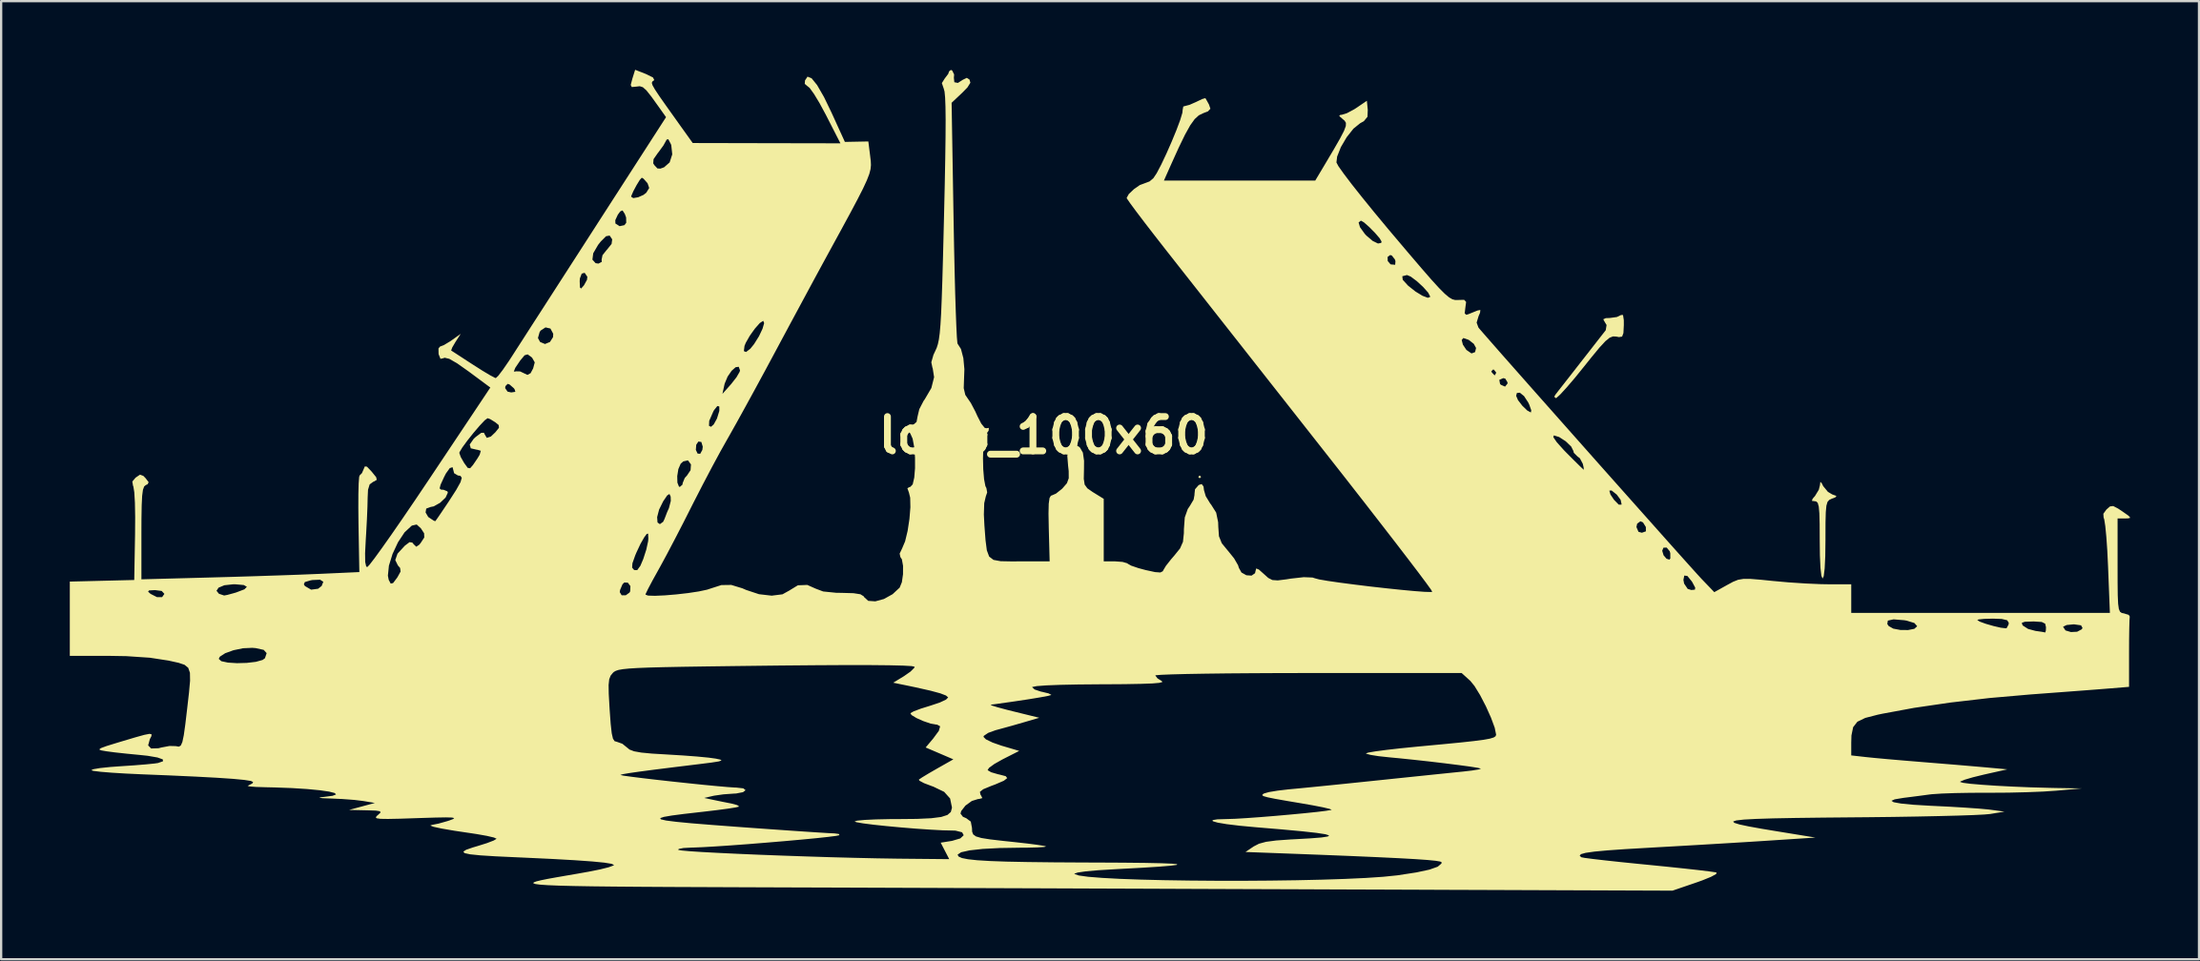
<source format=kicad_pcb>
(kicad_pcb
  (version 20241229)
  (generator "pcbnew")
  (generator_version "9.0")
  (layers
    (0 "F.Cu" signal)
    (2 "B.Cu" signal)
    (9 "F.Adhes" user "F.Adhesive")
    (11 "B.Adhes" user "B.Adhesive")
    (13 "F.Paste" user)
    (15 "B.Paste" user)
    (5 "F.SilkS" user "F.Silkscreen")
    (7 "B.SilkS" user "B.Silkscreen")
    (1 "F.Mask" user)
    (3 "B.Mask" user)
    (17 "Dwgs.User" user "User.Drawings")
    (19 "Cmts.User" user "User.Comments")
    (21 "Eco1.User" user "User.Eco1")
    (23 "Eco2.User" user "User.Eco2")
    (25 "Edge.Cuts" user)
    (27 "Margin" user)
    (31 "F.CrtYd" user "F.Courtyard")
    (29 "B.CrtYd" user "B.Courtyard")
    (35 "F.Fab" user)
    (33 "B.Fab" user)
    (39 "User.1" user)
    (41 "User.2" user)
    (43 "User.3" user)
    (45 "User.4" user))
  (footprint "logo_100x60"
    (layer "F.Cu")
    (at 42.542 15.976)
    (property "Reference" "logo_100x60" (at 0 0 0) (layer "F.SilkS") (effects (font (size 1.5 1.5) (thickness 0.3))))
    (attr board_only exclude_from_pos_files exclude_from_bom)
    (fp_poly (pts (xy 6.882 1.814) (xy 6.819 1.877) (xy 6.757 1.814) (xy 6.819 1.752)) (stroke (width 0) (type solid)) (fill yes) (layer "F.SilkS"))
    (fp_poly (pts (xy 33.997 2.092) (xy 34.06 2.218) (xy 34.269 2.471) (xy 34.456 2.58) (xy 34.638 2.648) (xy 34.594 2.706) (xy 34.438 2.766) (xy 34.326 2.819) (xy 34.249 2.906) (xy 34.2 3.071) (xy 34.173 3.354) (xy 34.161 3.798) (xy 34.159 4.443) (xy 34.159 4.563) (xy 34.15 5.278) (xy 34.124 5.814) (xy 34.084 6.148) (xy 34.033 6.256) (xy 33.981 6.135) (xy 33.941 5.789) (xy 33.916 5.242) (xy 33.908 4.567) (xy 33.905 3.882) (xy 33.893 3.41) (xy 33.866 3.111) (xy 33.82 2.949) (xy 33.752 2.885) (xy 33.701 2.878) (xy 33.564 2.86) (xy 33.601 2.764) (xy 33.701 2.649) (xy 33.869 2.373) (xy 33.917 2.18) (xy 33.935 2.029)) (stroke (width 0) (type solid)) (fill yes) (layer "F.SilkS"))
    (fp_poly (pts (xy 25.349 -5.038) (xy 25.35 -4.82) (xy 25.332 -4.473) (xy 25.275 -4.318) (xy 25.139 -4.295) (xy 25.021 -4.318) (xy 24.88 -4.326) (xy 24.731 -4.269) (xy 24.545 -4.117) (xy 24.291 -3.843) (xy 23.939 -3.417) (xy 23.611 -3.007) (xy 23.208 -2.509) (xy 22.851 -2.092) (xy 22.573 -1.789) (xy 22.405 -1.638) (xy 22.379 -1.627) (xy 22.309 -1.691) (xy 22.363 -1.783) (xy 22.483 -1.938) (xy 22.724 -2.246) (xy 23.051 -2.664) (xy 23.43 -3.149) (xy 23.462 -3.191) (xy 23.844 -3.679) (xy 24.176 -4.105) (xy 24.425 -4.424) (xy 24.556 -4.592) (xy 24.56 -4.598) (xy 24.596 -4.823) (xy 24.524 -4.942) (xy 24.451 -5.074) (xy 24.563 -5.124) (xy 24.734 -5.13) (xy 25.044 -5.172) (xy 25.231 -5.261) (xy 25.314 -5.262)) (stroke (width 0) (type solid)) (fill yes) (layer "F.SilkS"))
    (fp_poly (pts (xy -17.363 -15.788) (xy -17.064 -15.64) (xy -17.009 -15.528) (xy -17.04 -15.501) (xy -17.095 -15.46) (xy -17.115 -15.401) (xy -17.082 -15.296) (xy -16.978 -15.114) (xy -16.788 -14.827) (xy -16.492 -14.406) (xy -16.075 -13.821) (xy -15.883 -13.551) (xy -15.328 -12.776) (xy -12.102 -12.769) (xy -8.876 -12.763) (xy -9.515 -14.014) (xy -9.785 -14.515) (xy -10.03 -14.92) (xy -10.221 -15.185) (xy -10.321 -15.265) (xy -10.434 -15.36) (xy -10.422 -15.513) (xy -10.313 -15.677) (xy -10.135 -15.606) (xy -9.893 -15.306) (xy -9.591 -14.781) (xy -9.271 -14.119) (xy -8.681 -12.825) (xy -8.169 -12.835) (xy -7.656 -12.845) (xy -7.573 -12.182) (xy -7.55 -11.988) (xy -7.542 -11.813) (xy -7.56 -11.633) (xy -7.615 -11.42) (xy -7.72 -11.149) (xy -7.884 -10.794) (xy -8.12 -10.33) (xy -8.439 -9.729) (xy -8.852 -8.967) (xy -9.371 -8.017) (xy -9.512 -7.758) (xy -9.783 -7.261) (xy -10.143 -6.595) (xy -10.565 -5.811) (xy -11.022 -4.963) (xy -11.485 -4.1) (xy -11.704 -3.691) (xy -12.153 -2.855) (xy -12.605 -2.021) (xy -13.033 -1.239) (xy -13.41 -0.556) (xy -13.711 -0.02) (xy -13.829 0.188) (xy -14.126 0.716) (xy -14.492 1.394) (xy -14.887 2.145) (xy -15.271 2.893) (xy -15.39 3.128) (xy -15.75 3.839) (xy -16.122 4.559) (xy -16.47 5.22) (xy -16.758 5.752) (xy -16.845 5.908) (xy -17.089 6.348) (xy -17.277 6.704) (xy -17.381 6.921) (xy -17.392 6.959) (xy -17.278 7.001) (xy -16.976 7.01) (xy -16.545 6.991) (xy -16.042 6.949) (xy -15.528 6.89) (xy -15.061 6.819) (xy -14.7 6.742) (xy -14.566 6.698) (xy -14.077 6.541) (xy -13.643 6.535) (xy -13.155 6.684) (xy -12.995 6.754) (xy -12.433 6.94) (xy -11.88 7.004) (xy -11.407 6.945) (xy -11.081 6.764) (xy -11.073 6.757) (xy -10.735 6.551) (xy -10.323 6.535) (xy -9.955 6.698) (xy -9.629 6.821) (xy -9.065 6.878) (xy -8.811 6.882) (xy -8.305 6.896) (xy -8.002 6.943) (xy -7.857 7.033) (xy -7.838 7.069) (xy -7.66 7.231) (xy -7.351 7.252) (xy -6.976 7.15) (xy -6.597 6.94) (xy -6.287 6.652) (xy -6.191 6.415) (xy -6.141 6.065) (xy -6.14 5.699) (xy -6.191 5.415) (xy -6.255 5.319) (xy -6.288 5.166) (xy -6.181 4.94) (xy -6.05 4.631) (xy -5.94 4.174) (xy -5.86 3.65) (xy -5.819 3.14) (xy -5.828 2.722) (xy -5.882 2.501) (xy -5.95 2.309) (xy -5.849 2.253) (xy -5.823 2.252) (xy -5.718 2.139) (xy -5.65 1.844) (xy -5.616 1.431) (xy -5.617 0.967) (xy -5.652 0.515) (xy -5.722 0.142) (xy -5.825 -0.087) (xy -5.833 -0.095) (xy -5.962 -0.257) (xy -5.88 -0.35) (xy -5.77 -0.395) (xy -5.55 -0.588) (xy -5.505 -0.829) (xy -5.43 -1.145) (xy -5.244 -1.504) (xy -5.191 -1.578) (xy -4.903 -2.07) (xy -4.783 -2.544) (xy -4.845 -2.937) (xy -4.856 -2.958) (xy -4.905 -3.195) (xy -4.812 -3.519) (xy -4.731 -3.692) (xy -4.669 -3.828) (xy -4.618 -3.987) (xy -4.574 -4.192) (xy -4.537 -4.468) (xy -4.505 -4.838) (xy -4.476 -5.328) (xy -4.45 -5.96) (xy -4.423 -6.76) (xy -4.395 -7.751) (xy -4.365 -8.958) (xy -4.35 -9.561) (xy -4.318 -10.951) (xy -4.296 -12.109) (xy -4.283 -13.052) (xy -4.279 -13.797) (xy -4.286 -14.363) (xy -4.302 -14.767) (xy -4.327 -15.026) (xy -4.363 -15.159) (xy -4.366 -15.165) (xy -4.444 -15.395) (xy -4.321 -15.592) (xy -4.165 -15.799) (xy -4.129 -15.907) (xy -4.051 -15.97) (xy -3.993 -15.946) (xy -3.908 -15.772) (xy -3.919 -15.626) (xy -3.899 -15.433) (xy -3.744 -15.402) (xy -3.528 -15.54) (xy -3.353 -15.624) (xy -3.236 -15.548) (xy -3.198 -15.411) (xy -3.328 -15.203) (xy -3.556 -14.97) (xy -4.018 -14.534) (xy -3.93 -9.3) (xy -3.909 -8.18) (xy -3.886 -7.14) (xy -3.862 -6.204) (xy -3.836 -5.4) (xy -3.811 -4.755) (xy -3.788 -4.293) (xy -3.766 -4.042) (xy -3.756 -4.004) (xy -3.609 -3.775) (xy -3.505 -3.377) (xy -3.46 -2.89) (xy -3.473 -2.526) (xy -3.489 -2.064) (xy -3.42 -1.771) (xy -3.341 -1.654) (xy -3.178 -1.415) (xy -2.984 -1.048) (xy -2.888 -0.837) (xy -2.722 -0.514) (xy -2.573 -0.33) (xy -2.503 -0.312) (xy -2.391 -0.327) (xy -2.401 -0.206) (xy -2.527 -0.026) (xy -2.529 -0.023) (xy -2.595 0.168) (xy -2.634 0.533) (xy -2.647 0.996) (xy -2.636 1.48) (xy -2.6 1.912) (xy -2.542 2.216) (xy -2.498 2.303) (xy -2.464 2.493) (xy -2.525 2.67) (xy -2.593 2.962) (xy -2.609 3.458) (xy -2.585 3.934) (xy -2.536 4.583) (xy -2.479 5.023) (xy -2.377 5.296) (xy -2.188 5.441) (xy -1.874 5.498) (xy -1.396 5.507) (xy -1.041 5.505) (xy 0.265 5.505) (xy 0.227 4.066) (xy 0.215 3.418) (xy 0.225 2.986) (xy 0.26 2.736) (xy 0.321 2.634) (xy 0.35 2.627) (xy 0.54 2.545) (xy 0.795 2.344) (xy 0.832 2.307) (xy 1.019 2.091) (xy 1.099 1.874) (xy 1.097 1.559) (xy 1.071 1.327) (xy 1.037 0.904) (xy 1.075 0.651) (xy 1.189 0.501) (xy 1.376 0.402) (xy 1.554 0.501) (xy 1.592 0.538) (xy 1.717 0.753) (xy 1.768 1.107) (xy 1.765 1.481) (xy 1.756 1.899) (xy 1.794 2.149) (xy 1.912 2.313) (xy 2.145 2.475) (xy 2.181 2.497) (xy 2.628 2.773) (xy 2.628 4.139) (xy 2.628 5.505) (xy 3.121 5.505) (xy 3.45 5.529) (xy 3.656 5.589) (xy 3.678 5.609) (xy 3.826 5.692) (xy 4.142 5.8) (xy 4.459 5.885) (xy 4.871 5.974) (xy 5.102 5.991) (xy 5.209 5.936) (xy 5.232 5.889) (xy 5.344 5.702) (xy 5.568 5.417) (xy 5.709 5.254) (xy 5.963 4.939) (xy 6.089 4.652) (xy 6.129 4.276) (xy 6.131 4.099) (xy 6.169 3.584) (xy 6.298 3.22) (xy 6.393 3.079) (xy 6.555 2.806) (xy 6.595 2.589) (xy 6.591 2.577) (xy 6.616 2.354) (xy 6.779 2.168) (xy 6.907 2.127) (xy 6.987 2.233) (xy 7.007 2.391) (xy 7.085 2.657) (xy 7.277 2.972) (xy 7.32 3.026) (xy 7.54 3.375) (xy 7.626 3.793) (xy 7.633 3.996) (xy 7.662 4.407) (xy 7.785 4.713) (xy 8.054 5.042) (xy 8.062 5.05) (xy 8.323 5.374) (xy 8.497 5.676) (xy 8.531 5.787) (xy 8.645 5.992) (xy 8.859 6.112) (xy 9.086 6.128) (xy 9.238 6.023) (xy 9.259 5.928) (xy 9.289 5.816) (xy 9.406 5.863) (xy 9.616 6.05) (xy 9.817 6.23) (xy 9.996 6.321) (xy 10.231 6.337) (xy 10.603 6.291) (xy 10.803 6.259) (xy 11.367 6.196) (xy 11.748 6.211) (xy 11.854 6.245) (xy 12.037 6.294) (xy 12.415 6.359) (xy 12.94 6.435) (xy 13.568 6.517) (xy 14.252 6.601) (xy 14.946 6.679) (xy 15.606 6.748) (xy 16.184 6.802) (xy 16.635 6.836) (xy 16.914 6.844) (xy 16.981 6.834) (xy 16.917 6.727) (xy 16.71 6.441) (xy 16.616 6.315) (xy 27.953 6.315) (xy 27.984 6.477) (xy 28.14 6.708) (xy 28.299 6.757) (xy 28.454 6.742) (xy 28.469 6.655) (xy 28.349 6.43) (xy 28.321 6.383) (xy 28.127 6.144) (xy 27.991 6.125) (xy 27.953 6.315) (xy 16.616 6.315) (xy 16.374 5.991) (xy 15.92 5.395) (xy 15.649 5.042) (xy 27.027 5.042) (xy 27.086 5.239) (xy 27.216 5.391) (xy 27.342 5.429) (xy 27.381 5.381) (xy 27.38 5.152) (xy 27.355 5.063) (xy 27.223 4.904) (xy 27.08 4.907) (xy 27.027 5.042) (xy 15.649 5.042) (xy 15.363 4.669) (xy 14.848 4.004) (xy 25.9 4.004) (xy 25.99 4.214) (xy 26.139 4.254) (xy 26.314 4.193) (xy 26.312 4.004) (xy 26.186 3.801) (xy 26.074 3.754) (xy 25.933 3.858) (xy 25.9 4.004) (xy 14.848 4.004) (xy 14.713 3.83) (xy 13.986 2.893) (xy 13.612 2.415) (xy 24.716 2.415) (xy 24.767 2.585) (xy 24.922 2.816) (xy 25.128 3.026) (xy 25.244 3.028) (xy 25.252 3.01) (xy 25.21 2.816) (xy 25.043 2.59) (xy 24.814 2.407) (xy 24.716 2.415) (xy 13.612 2.415) (xy 13.192 1.876) (xy 12.344 0.796) (xy 12.057 0.431) (xy 11.78 0.079) (xy 22.271 0.079) (xy 22.422 0.3) (xy 22.728 0.641) (xy 22.835 0.751) (xy 23.175 1.092) (xy 23.439 1.352) (xy 23.585 1.49) (xy 23.601 1.501) (xy 23.593 1.399) (xy 23.557 1.241) (xy 23.429 1) (xy 23.318 0.914) (xy 23.163 0.758) (xy 23.148 0.684) (xy 23.049 0.486) (xy 22.811 0.258) (xy 22.525 0.072) (xy 22.29 0) (xy 22.271 0.079) (xy 11.78 0.079) (xy 11.132 -0.745) (xy 10.358 -1.729) (xy 20.645 -1.729) (xy 20.726 -1.541) (xy 20.915 -1.296) (xy 21.132 -1.086) (xy 21.29 -1.001) (xy 21.305 -1.098) (xy 21.219 -1.341) (xy 21.174 -1.436) (xy 20.99 -1.717) (xy 20.808 -1.865) (xy 20.678 -1.853) (xy 20.645 -1.729) (xy 10.358 -1.729) (xy 10.206 -1.922) (xy 9.809 -2.426) (xy 19.91 -2.426) (xy 19.941 -2.253) (xy 19.978 -2.211) (xy 20.161 -2.131) (xy 20.266 -2.261) (xy 20.27 -2.315) (xy 20.17 -2.481) (xy 20.082 -2.502) (xy 19.91 -2.426) (xy 9.809 -2.426) (xy 9.515 -2.801) (xy 19.562 -2.801) (xy 19.582 -2.753) (xy 19.694 -2.633) (xy 19.714 -2.628) (xy 19.768 -2.724) (xy 19.769 -2.753) (xy 19.673 -2.873) (xy 19.637 -2.878) (xy 19.562 -2.801) (xy 9.515 -2.801) (xy 9.298 -3.076) (xy 8.44 -4.168) (xy 18.266 -4.168) (xy 18.319 -3.965) (xy 18.472 -3.735) (xy 18.695 -3.581) (xy 18.851 -3.639) (xy 18.894 -3.819) (xy 18.795 -4) (xy 18.573 -4.174) (xy 18.342 -4.254) (xy 18.339 -4.254) (xy 18.266 -4.168) (xy 8.44 -4.168) (xy 8.429 -4.181) (xy 7.617 -5.213) (xy 6.883 -6.147) (xy 6.247 -6.955) (xy 15.672 -6.955) (xy 15.691 -6.799) (xy 15.922 -6.545) (xy 16.247 -6.287) (xy 16.554 -6.1) (xy 16.788 -6.012) (xy 16.891 -6.053) (xy 16.892 -6.064) (xy 16.802 -6.238) (xy 16.58 -6.488) (xy 16.301 -6.744) (xy 16.038 -6.94) (xy 15.878 -7.007) (xy 15.672 -6.955) (xy 6.247 -6.955) (xy 6.245 -6.958) (xy 5.723 -7.621) (xy 5.586 -7.796) (xy 15.029 -7.796) (xy 15.035 -7.62) (xy 15.154 -7.48) (xy 15.171 -7.472) (xy 15.36 -7.455) (xy 15.373 -7.612) (xy 15.347 -7.69) (xy 15.215 -7.859) (xy 15.144 -7.883) (xy 15.029 -7.796) (xy 5.586 -7.796) (xy 5.349 -8.097) (xy 4.851 -8.735) (xy 4.411 -9.305) (xy 13.763 -9.305) (xy 13.823 -9.098) (xy 14.028 -8.813) (xy 14.1 -8.734) (xy 14.374 -8.5) (xy 14.609 -8.385) (xy 14.749 -8.411) (xy 14.765 -8.471) (xy 14.681 -8.615) (xy 14.479 -8.85) (xy 14.228 -9.104) (xy 13.999 -9.306) (xy 13.864 -9.384) (xy 13.763 -9.305) (xy 4.411 -9.305) (xy 4.409 -9.308) (xy 4.046 -9.786) (xy 3.784 -10.141) (xy 3.645 -10.343) (xy 3.629 -10.376) (xy 3.723 -10.546) (xy 3.946 -10.759) (xy 4.204 -10.939) (xy 4.399 -11.011) (xy 4.628 -11.097) (xy 4.795 -11.237) (xy 4.942 -11.458) (xy 5.14 -11.835) (xy 5.365 -12.311) (xy 5.594 -12.831) (xy 5.803 -13.339) (xy 5.968 -13.78) (xy 6.064 -14.098) (xy 6.076 -14.227) (xy 6.104 -14.372) (xy 6.166 -14.39) (xy 6.377 -14.445) (xy 6.675 -14.576) (xy 6.681 -14.58) (xy 6.935 -14.7) (xy 7.067 -14.737) (xy 7.07 -14.735) (xy 7.142 -14.612) (xy 7.228 -14.455) (xy 7.288 -14.274) (xy 7.181 -14.159) (xy 6.972 -14.079) (xy 6.783 -13.987) (xy 6.601 -13.821) (xy 6.405 -13.548) (xy 6.177 -13.137) (xy 5.895 -12.556) (xy 5.55 -11.793) (xy 5.258 -11.136) (xy 8.563 -11.136) (xy 11.869 -11.136) (xy 12.298 -11.855) (xy 12.684 -12.507) (xy 12.955 -12.979) (xy 13.124 -13.305) (xy 13.204 -13.519) (xy 13.209 -13.657) (xy 13.151 -13.752) (xy 13.067 -13.823) (xy 12.914 -13.959) (xy 12.964 -14.006) (xy 13.027 -14.01) (xy 13.251 -14.079) (xy 13.568 -14.248) (xy 13.676 -14.318) (xy 14.124 -14.622) (xy 14.163 -14.224) (xy 14.151 -13.923) (xy 13.995 -13.734) (xy 13.826 -13.637) (xy 13.538 -13.404) (xy 13.242 -13.03) (xy 12.987 -12.596) (xy 12.825 -12.185) (xy 12.794 -11.927) (xy 12.88 -11.765) (xy 13.11 -11.44) (xy 13.461 -10.977) (xy 13.916 -10.403) (xy 14.452 -9.743) (xy 15.05 -9.023) (xy 15.265 -8.768) (xy 15.959 -7.948) (xy 16.513 -7.3) (xy 16.945 -6.804) (xy 17.276 -6.441) (xy 17.525 -6.191) (xy 17.713 -6.033) (xy 17.858 -5.948) (xy 17.981 -5.916) (xy 18.101 -5.917) (xy 18.103 -5.917) (xy 18.373 -5.924) (xy 18.46 -5.832) (xy 18.427 -5.583) (xy 18.397 -5.333) (xy 18.467 -5.269) (xy 18.561 -5.297) (xy 18.858 -5.417) (xy 18.96 -5.458) (xy 19.081 -5.481) (xy 19.069 -5.363) (xy 19.003 -5.208) (xy 18.919 -4.928) (xy 18.997 -4.715) (xy 19.04 -4.661) (xy 19.244 -4.426) (xy 19.589 -4.032) (xy 20.055 -3.501) (xy 20.625 -2.856) (xy 21.278 -2.117) (xy 21.997 -1.305) (xy 22.761 -0.443) (xy 23.552 0.449) (xy 24.35 1.349) (xy 25.138 2.235) (xy 25.895 3.086) (xy 26.603 3.881) (xy 27.242 4.599) (xy 27.794 5.217) (xy 28.24 5.714) (xy 28.56 6.069) (xy 28.736 6.261) (xy 28.746 6.272) (xy 29.302 6.851) (xy 29.872 6.533) (xy 30.126 6.396) (xy 30.341 6.31) (xy 30.575 6.271) (xy 30.891 6.272) (xy 31.347 6.309) (xy 31.845 6.36) (xy 32.548 6.423) (xy 33.29 6.472) (xy 33.958 6.501) (xy 34.266 6.506) (xy 35.285 6.506) (xy 35.285 7.132) (xy 35.285 7.758) (xy 40.935 7.758) (xy 46.585 7.758) (xy 46.505 5.733) (xy 46.472 5.042) (xy 46.43 4.438) (xy 46.384 3.966) (xy 46.338 3.67) (xy 46.311 3.593) (xy 46.299 3.425) (xy 46.431 3.243) (xy 46.588 3.105) (xy 46.73 3.087) (xy 46.942 3.197) (xy 47.124 3.318) (xy 47.397 3.509) (xy 47.478 3.6) (xy 47.382 3.627) (xy 47.251 3.629) (xy 46.921 3.629) (xy 46.921 5.684) (xy 46.922 6.444) (xy 46.928 6.99) (xy 46.945 7.358) (xy 46.976 7.584) (xy 47.027 7.706) (xy 47.103 7.76) (xy 47.203 7.78) (xy 47.409 7.846) (xy 47.453 7.914) (xy 47.441 8.069) (xy 47.431 8.422) (xy 47.424 8.92) (xy 47.422 9.499) (xy 47.422 10.989) (xy 46.515 11.063) (xy 46.099 11.096) (xy 45.492 11.143) (xy 44.751 11.199) (xy 43.933 11.26) (xy 43.105 11.322) (xy 41.324 11.477) (xy 39.616 11.675) (xy 38.036 11.906) (xy 36.641 12.164) (xy 36.442 12.206) (xy 35.896 12.347) (xy 35.553 12.513) (xy 35.368 12.752) (xy 35.294 13.112) (xy 35.285 13.428) (xy 35.285 13.985) (xy 35.942 14.059) (xy 36.32 14.097) (xy 36.875 14.148) (xy 37.535 14.205) (xy 38.229 14.262) (xy 38.288 14.267) (xy 39.034 14.328) (xy 39.806 14.391) (xy 40.511 14.451) (xy 41.04 14.497) (xy 42.104 14.593) (xy 41.072 14.825) (xy 40.603 14.94) (xy 40.246 15.045) (xy 40.056 15.123) (xy 40.039 15.142) (xy 40.158 15.181) (xy 40.487 15.224) (xy 40.987 15.267) (xy 41.618 15.31) (xy 42.341 15.348) (xy 43.115 15.38) (xy 43.902 15.402) (xy 44.219 15.409) (xy 45.357 15.427) (xy 44.231 15.527) (xy 43.677 15.564) (xy 42.958 15.593) (xy 42.161 15.612) (xy 41.37 15.617) (xy 41.228 15.617) (xy 40.509 15.619) (xy 39.824 15.631) (xy 39.239 15.652) (xy 38.818 15.68) (xy 38.726 15.69) (xy 38.222 15.757) (xy 37.713 15.822) (xy 37.568 15.84) (xy 37.184 15.904) (xy 37.043 15.968) (xy 37.137 16.03) (xy 37.459 16.088) (xy 38 16.141) (xy 38.755 16.186) (xy 38.882 16.192) (xy 39.596 16.227) (xy 40.277 16.268) (xy 40.857 16.309) (xy 41.272 16.347) (xy 41.353 16.357) (xy 41.979 16.441) (xy 41.353 16.545) (xy 41.094 16.568) (xy 40.614 16.592) (xy 39.945 16.615) (xy 39.116 16.636) (xy 38.158 16.656) (xy 37.101 16.673) (xy 35.974 16.686) (xy 35.5 16.69) (xy 34.054 16.703) (xy 32.848 16.718) (xy 31.876 16.736) (xy 31.126 16.76) (xy 30.59 16.789) (xy 30.259 16.827) (xy 30.125 16.874) (xy 30.177 16.932) (xy 30.407 17.003) (xy 30.807 17.088) (xy 31.366 17.189) (xy 31.974 17.29) (xy 33.721 17.575) (xy 31.531 17.718) (xy 30.714 17.77) (xy 29.727 17.83) (xy 28.649 17.894) (xy 27.561 17.957) (xy 26.542 18.014) (xy 26.428 18.021) (xy 25.416 18.08) (xy 24.634 18.135) (xy 24.064 18.188) (xy 23.685 18.242) (xy 23.477 18.3) (xy 23.421 18.365) (xy 23.49 18.434) (xy 23.637 18.463) (xy 23.997 18.51) (xy 24.532 18.572) (xy 25.207 18.645) (xy 25.984 18.724) (xy 26.401 18.765) (xy 27.222 18.847) (xy 27.966 18.925) (xy 28.594 18.994) (xy 29.067 19.052) (xy 29.348 19.092) (xy 29.404 19.105) (xy 29.38 19.171) (xy 29.158 19.291) (xy 28.778 19.446) (xy 28.534 19.533) (xy 27.476 19.895) (xy 19.024 19.864) (xy 17.81 19.86) (xy 16.371 19.854) (xy 14.734 19.848) (xy 12.923 19.842) (xy 10.965 19.834) (xy 8.885 19.827) (xy 6.71 19.819) (xy 4.464 19.81) (xy 2.174 19.802) (xy -0.136 19.793) (xy -2.438 19.785) (xy -4.707 19.776) (xy -6.381 19.77) (xy -8.822 19.761) (xy -11.022 19.754) (xy -12.991 19.747) (xy -14.741 19.74) (xy -16.279 19.734) (xy -17.618 19.726) (xy -18.765 19.717) (xy -19.732 19.706) (xy -20.528 19.692) (xy -21.163 19.676) (xy -21.648 19.656) (xy -21.991 19.633) (xy -22.204 19.604) (xy -22.295 19.571) (xy -22.275 19.533) (xy -22.154 19.488) (xy -21.942 19.437) (xy -21.649 19.378) (xy -21.283 19.312) (xy -20.857 19.238) (xy -20.379 19.156) (xy -19.863 19.064) (xy -19.378 18.967) (xy -19.003 18.873) (xy -18.794 18.797) (xy -18.768 18.773) (xy -18.872 18.722) (xy -19.187 18.671) (xy -19.72 18.619) (xy -20.481 18.565) (xy -21.475 18.509) (xy -22.71 18.451) (xy -23.023 18.437) (xy -23.93 18.395) (xy -24.602 18.353) (xy -25.053 18.307) (xy -25.298 18.254) (xy -25.35 18.189) (xy -25.225 18.108) (xy -24.938 18.008) (xy -24.739 17.949) (xy -24.323 17.819) (xy -24.023 17.704) (xy -23.899 17.629) (xy -23.899 17.626) (xy -24.013 17.573) (xy -24.321 17.501) (xy -24.764 17.423) (xy -24.993 17.388) (xy -25.738 17.277) (xy -26.297 17.181) (xy -26.655 17.104) (xy -26.794 17.048) (xy -26.714 17.02) (xy -26.437 16.966) (xy -26.061 16.86) (xy -25.963 16.829) (xy -25.796 16.766) (xy -25.749 16.723) (xy -25.847 16.7) (xy -26.114 16.693) (xy -26.576 16.701) (xy -27.259 16.722) (xy -27.402 16.727) (xy -28.133 16.751) (xy -28.645 16.761) (xy -28.969 16.756) (xy -29.135 16.732) (xy -29.176 16.688) (xy -29.12 16.621) (xy -29.091 16.597) (xy -28.971 16.488) (xy -28.986 16.426) (xy -29.174 16.397) (xy -29.573 16.383) (xy -29.592 16.383) (xy -30.342 16.367) (xy -29.779 16.215) (xy -29.216 16.062) (xy -29.717 15.978) (xy -30.109 15.93) (xy -30.63 15.891) (xy -31.093 15.87) (xy -31.494 15.855) (xy -31.649 15.836) (xy -31.563 15.812) (xy -31.437 15.799) (xy -31.06 15.749) (xy -30.911 15.691) (xy -30.969 15.629) (xy -31.212 15.567) (xy -31.62 15.508) (xy -32.17 15.455) (xy -32.842 15.412) (xy -33.613 15.384) (xy -33.971 15.376) (xy -34.402 15.363) (xy -34.685 15.341) (xy -34.776 15.314) (xy -34.753 15.304) (xy -34.568 15.209) (xy -34.534 15.149) (xy -34.628 15.102) (xy -34.918 15.056) (xy -35.412 15.009) (xy -36.12 14.961) (xy -37.051 14.911) (xy -38.215 14.858) (xy -39.387 14.811) (xy -40.096 14.778) (xy -40.714 14.74) (xy -41.2 14.7) (xy -41.511 14.661) (xy -41.607 14.633) (xy -41.516 14.588) (xy -41.222 14.538) (xy -40.774 14.491) (xy -40.321 14.458) (xy -39.737 14.419) (xy -39.221 14.377) (xy -38.842 14.339) (xy -38.689 14.317) (xy -38.469 14.24) (xy -38.482 14.157) (xy -38.713 14.075) (xy -39.145 14.001) (xy -39.504 13.963) (xy -40.05 13.91) (xy -40.567 13.854) (xy -40.948 13.804) (xy -40.964 13.801) (xy -41.176 13.764) (xy -41.258 13.724) (xy -41.184 13.666) (xy -40.93 13.573) (xy -40.468 13.431) (xy -40.276 13.373) (xy -39.679 13.195) (xy -39.286 13.086) (xy -39.062 13.042) (xy -38.971 13.061) (xy -38.977 13.141) (xy -39.046 13.276) (xy -39.12 13.547) (xy -38.991 13.682) (xy -38.672 13.672) (xy -38.536 13.638) (xy -38.184 13.572) (xy -37.905 13.579) (xy -37.888 13.584) (xy -37.777 13.602) (xy -37.693 13.553) (xy -37.625 13.399) (xy -37.563 13.104) (xy -37.497 12.633) (xy -37.416 11.949) (xy -37.334 11.229) (xy -37.305 10.907) (xy -19.003 10.907) (xy -18.997 11.293) (xy -18.965 11.868) (xy -18.957 11.999) (xy -18.912 12.611) (xy -18.867 13.016) (xy -18.813 13.252) (xy -18.741 13.363) (xy -18.649 13.388) (xy -18.402 13.476) (xy -18.216 13.626) (xy -18.088 13.73) (xy -17.89 13.805) (xy -17.577 13.861) (xy -17.104 13.906) (xy -16.427 13.946) (xy -16.414 13.947) (xy -15.757 13.987) (xy -15.144 14.033) (xy -14.644 14.081) (xy -14.327 14.124) (xy -14.124 14.168) (xy -14.069 14.206) (xy -14.188 14.247) (xy -14.505 14.297) (xy -15.044 14.365) (xy -15.077 14.369) (xy -16.164 14.502) (xy -17.019 14.609) (xy -17.661 14.694) (xy -18.107 14.758) (xy -18.375 14.804) (xy -18.481 14.834) (xy -18.483 14.841) (xy -18.349 14.87) (xy -18.011 14.917) (xy -17.517 14.979) (xy -16.91 15.05) (xy -16.238 15.125) (xy -15.545 15.199) (xy -14.879 15.268) (xy -14.284 15.325) (xy -13.807 15.367) (xy -13.493 15.389) (xy -13.43 15.39) (xy -13.115 15.425) (xy -13.02 15.504) (xy -13.13 15.591) (xy -13.429 15.649) (xy -13.545 15.655) (xy -13.985 15.686) (xy -14.391 15.744) (xy -14.452 15.757) (xy -14.827 15.844) (xy -14.42 15.93) (xy -13.994 16.018) (xy -13.629 16.09) (xy -13.382 16.157) (xy -13.3 16.218) (xy -13.303 16.222) (xy -13.442 16.256) (xy -13.782 16.31) (xy -14.276 16.376) (xy -14.875 16.447) (xy -15.025 16.464) (xy -15.715 16.543) (xy -16.238 16.611) (xy -16.586 16.671) (xy -16.749 16.725) (xy -16.72 16.778) (xy -16.488 16.831) (xy -16.045 16.887) (xy -15.381 16.951) (xy -14.489 17.023) (xy -13.359 17.108) (xy -12.95 17.138) (xy -12.025 17.204) (xy -11.17 17.264) (xy -10.42 17.315) (xy -9.811 17.355) (xy -9.377 17.382) (xy -9.154 17.392) (xy -9.144 17.392) (xy -8.945 17.418) (xy -8.919 17.47) (xy -9.061 17.501) (xy -9.412 17.546) (xy -9.931 17.602) (xy -10.579 17.664) (xy -11.315 17.73) (xy -12.098 17.796) (xy -12.888 17.86) (xy -13.645 17.916) (xy -14.329 17.962) (xy -14.898 17.995) (xy -15.312 18.012) (xy -15.38 18.013) (xy -15.733 18.031) (xy -15.94 18.072) (xy -15.964 18.112) (xy -15.819 18.139) (xy -15.454 18.172) (xy -14.9 18.208) (xy -14.188 18.246) (xy -13.347 18.286) (xy -12.408 18.326) (xy -11.402 18.364) (xy -10.359 18.4) (xy -9.309 18.433) (xy -8.283 18.46) (xy -7.312 18.482) (xy -6.426 18.496) (xy -6.159 18.499) (xy -4.123 18.518) (xy -4.219 18.331) (xy -3.754 18.331) (xy -3.709 18.407) (xy -3.563 18.471) (xy -3.298 18.523) (xy -2.896 18.566) (xy -2.339 18.6) (xy -1.609 18.626) (xy -0.689 18.644) (xy 0.441 18.657) (xy 1.798 18.665) (xy 2.252 18.666) (xy 3.466 18.672) (xy 4.431 18.682) (xy 5.148 18.697) (xy 5.617 18.716) (xy 5.839 18.74) (xy 5.816 18.77) (xy 5.548 18.805) (xy 5.037 18.847) (xy 4.282 18.895) (xy 3.285 18.949) (xy 3.09 18.96) (xy 2.384 19.003) (xy 1.84 19.052) (xy 1.485 19.104) (xy 1.347 19.154) (xy 1.351 19.168) (xy 1.539 19.232) (xy 1.949 19.289) (xy 2.554 19.337) (xy 3.326 19.379) (xy 4.236 19.412) (xy 5.257 19.437) (xy 6.361 19.454) (xy 7.52 19.463) (xy 8.706 19.464) (xy 9.892 19.456) (xy 11.049 19.44) (xy 12.15 19.415) (xy 13.166 19.382) (xy 14.071 19.34) (xy 14.836 19.289) (xy 15.433 19.228) (xy 15.48 19.222) (xy 16.287 19.098) (xy 16.861 18.975) (xy 17.219 18.848) (xy 17.38 18.711) (xy 17.392 18.656) (xy 17.326 18.622) (xy 17.118 18.588) (xy 16.756 18.553) (xy 16.223 18.516) (xy 15.508 18.476) (xy 14.595 18.432) (xy 13.47 18.383) (xy 12.121 18.329) (xy 10.886 18.282) (xy 8.821 18.205) (xy 9.181 17.962) (xy 9.407 17.845) (xy 9.716 17.761) (xy 10.161 17.702) (xy 10.792 17.657) (xy 10.954 17.649) (xy 11.649 17.61) (xy 12.139 17.571) (xy 12.416 17.528) (xy 12.476 17.482) (xy 12.313 17.43) (xy 11.922 17.37) (xy 11.298 17.301) (xy 10.435 17.221) (xy 9.328 17.128) (xy 9.29 17.125) (xy 8.569 17.058) (xy 8.001 16.989) (xy 7.604 16.922) (xy 7.392 16.861) (xy 7.382 16.812) (xy 7.59 16.778) (xy 8.03 16.765) (xy 8.039 16.765) (xy 8.379 16.754) (xy 8.872 16.724) (xy 9.47 16.681) (xy 10.125 16.628) (xy 10.789 16.569) (xy 11.413 16.51) (xy 11.949 16.454) (xy 12.349 16.405) (xy 12.563 16.368) (xy 12.586 16.359) (xy 12.492 16.32) (xy 12.2 16.252) (xy 11.759 16.166) (xy 11.354 16.095) (xy 10.624 15.972) (xy 10.11 15.881) (xy 9.781 15.814) (xy 9.604 15.763) (xy 9.55 15.72) (xy 9.586 15.675) (xy 9.636 15.646) (xy 9.847 15.587) (xy 10.228 15.524) (xy 10.704 15.468) (xy 10.761 15.463) (xy 11.164 15.425) (xy 11.765 15.366) (xy 12.512 15.291) (xy 13.354 15.205) (xy 14.239 15.113) (xy 14.577 15.078) (xy 15.457 14.986) (xy 16.308 14.898) (xy 17.079 14.818) (xy 17.72 14.752) (xy 18.181 14.705) (xy 18.305 14.693) (xy 18.72 14.645) (xy 19.008 14.598) (xy 19.108 14.562) (xy 19.107 14.561) (xy 18.968 14.527) (xy 18.628 14.473) (xy 18.132 14.406) (xy 17.527 14.33) (xy 16.861 14.251) (xy 16.179 14.176) (xy 15.53 14.109) (xy 15.107 14.069) (xy 14.641 14.019) (xy 14.282 13.962) (xy 14.094 13.909) (xy 14.082 13.898) (xy 14.184 13.861) (xy 14.498 13.808) (xy 14.987 13.743) (xy 15.615 13.672) (xy 16.345 13.599) (xy 16.43 13.591) (xy 17.432 13.497) (xy 18.213 13.421) (xy 18.798 13.357) (xy 19.217 13.303) (xy 19.496 13.252) (xy 19.663 13.202) (xy 19.745 13.148) (xy 19.769 13.085) (xy 19.769 13.072) (xy 19.708 12.772) (xy 19.547 12.336) (xy 19.323 11.837) (xy 19.071 11.351) (xy 18.826 10.952) (xy 18.645 10.729) (xy 18.264 10.385) (xy 11.572 10.385) (xy 10.304 10.387) (xy 9.115 10.393) (xy 8.027 10.401) (xy 7.063 10.413) (xy 6.247 10.427) (xy 5.601 10.444) (xy 5.148 10.462) (xy 4.91 10.481) (xy 4.88 10.491) (xy 4.979 10.62) (xy 5.161 10.733) (xy 5.191 10.778) (xy 5.062 10.813) (xy 4.756 10.84) (xy 4.255 10.858) (xy 3.542 10.871) (xy 2.598 10.877) (xy 2.471 10.877) (xy 1.525 10.885) (xy 0.734 10.901) (xy 0.119 10.925) (xy -0.295 10.956) (xy -0.489 10.993) (xy -0.5 11.005) (xy -0.391 11.104) (xy -0.121 11.195) (xy -0.057 11.208) (xy 0.218 11.275) (xy 0.335 11.336) (xy 0.332 11.346) (xy 0.191 11.385) (xy -0.155 11.449) (xy -0.665 11.533) (xy -1.296 11.628) (xy -2.006 11.729) (xy -2.315 11.77) (xy -2.258 11.805) (xy -2.004 11.883) (xy -1.599 11.992) (xy -1.314 12.063) (xy -0.188 12.34) (xy -0.876 12.542) (xy -1.377 12.686) (xy -1.881 12.825) (xy -2.096 12.883) (xy -2.418 12.999) (xy -2.607 13.127) (xy -2.627 13.174) (xy -2.517 13.284) (xy -2.227 13.424) (xy -1.845 13.557) (xy -1.064 13.788) (xy -1.788 14.155) (xy -2.147 14.357) (xy -2.384 14.529) (xy -2.446 14.63) (xy -2.29 14.721) (xy -1.99 14.808) (xy -1.924 14.822) (xy -1.655 14.892) (xy -1.589 14.977) (xy -1.737 15.092) (xy -2.111 15.253) (xy -2.289 15.319) (xy -2.637 15.463) (xy -2.781 15.576) (xy -2.76 15.692) (xy -2.743 15.715) (xy -2.675 15.85) (xy -2.82 15.89) (xy -2.863 15.891) (xy -3.135 15.976) (xy -3.413 16.177) (xy -3.599 16.416) (xy -3.629 16.528) (xy -3.524 16.666) (xy -3.378 16.73) (xy -3.18 16.877) (xy -3.128 17.154) (xy -3.121 17.318) (xy -3.075 17.437) (xy -2.953 17.525) (xy -2.718 17.594) (xy -2.333 17.655) (xy -1.761 17.721) (xy -1.252 17.775) (xy -0.707 17.836) (xy -0.262 17.894) (xy 0.029 17.941) (xy 0.114 17.965) (xy 0.022 17.987) (xy -0.27 18.005) (xy -0.709 18.016) (xy -1.024 18.018) (xy -1.917 18.032) (xy -2.66 18.071) (xy -3.23 18.134) (xy -3.602 18.217) (xy -3.752 18.318) (xy -3.754 18.331) (xy -4.219 18.331) (xy -4.309 18.158) (xy -4.495 17.798) (xy -3.999 17.719) (xy -3.637 17.612) (xy -3.49 17.473) (xy -3.56 17.344) (xy -3.849 17.272) (xy -3.973 17.268) (xy -4.404 17.258) (xy -4.957 17.228) (xy -5.585 17.185) (xy -6.24 17.131) (xy -6.874 17.072) (xy -7.44 17.012) (xy -7.89 16.954) (xy -8.177 16.904) (xy -8.258 16.872) (xy -8.14 16.835) (xy -7.815 16.804) (xy -7.326 16.781) (xy -6.717 16.768) (xy -6.373 16.767) (xy -5.531 16.759) (xy -4.908 16.73) (xy -4.474 16.675) (xy -4.2 16.587) (xy -4.053 16.458) (xy -4.005 16.283) (xy -4.004 16.253) (xy -4.084 15.867) (xy -4.344 15.577) (xy -4.818 15.349) (xy -4.887 15.325) (xy -5.224 15.197) (xy -5.424 15.09) (xy -5.45 15.043) (xy -5.311 14.948) (xy -5.019 14.771) (xy -4.66 14.564) (xy -3.942 14.157) (xy -4.547 13.897) (xy -5.152 13.638) (xy -4.828 13.253) (xy -4.577 12.913) (xy -4.519 12.713) (xy -4.652 12.639) (xy -4.69 12.637) (xy -4.935 12.594) (xy -5.249 12.487) (xy -5.553 12.352) (xy -5.768 12.222) (xy -5.82 12.14) (xy -5.678 12.06) (xy -5.362 11.941) (xy -4.945 11.811) (xy -4.542 11.677) (xy -4.264 11.548) (xy -4.169 11.452) (xy -4.169 11.45) (xy -4.264 11.367) (xy -4.513 11.272) (xy -4.943 11.156) (xy -5.581 11.012) (xy -6.006 10.923) (xy -6.569 10.808) (xy -6.1 10.522) (xy -5.814 10.322) (xy -5.648 10.156) (xy -5.631 10.112) (xy -5.755 10.083) (xy -6.124 10.061) (xy -6.734 10.046) (xy -7.58 10.038) (xy -8.657 10.037) (xy -9.959 10.044) (xy -11.483 10.057) (xy -12.104 10.064) (xy -13.545 10.081) (xy -14.758 10.097) (xy -15.761 10.112) (xy -16.577 10.128) (xy -17.225 10.145) (xy -17.727 10.165) (xy -18.103 10.188) (xy -18.375 10.216) (xy -18.562 10.248) (xy -18.686 10.288) (xy -18.768 10.334) (xy -18.813 10.374) (xy -18.915 10.499) (xy -18.977 10.659) (xy -19.003 10.907) (xy -37.305 10.907) (xy -37.288 10.718) (xy -37.294 10.374) (xy -37.369 10.157) (xy -37.528 10.026) (xy -37.787 9.939) (xy -38.162 9.856) (xy -38.229 9.841) (xy -38.717 9.766) (xy -36.035 9.766) (xy -35.924 9.867) (xy -35.635 9.929) (xy -35.24 9.954) (xy -34.809 9.942) (xy -34.413 9.895) (xy -34.121 9.814) (xy -34.017 9.738) (xy -33.943 9.515) (xy -34.071 9.373) (xy -34.421 9.296) (xy -34.573 9.284) (xy -34.974 9.302) (xy -35.393 9.389) (xy -35.755 9.52) (xy -35.988 9.671) (xy -36.035 9.766) (xy -38.717 9.766) (xy -39.043 9.716) (xy -40.075 9.647) (xy -40.856 9.634) (xy -42.542 9.634) (xy -42.542 8.241) (xy 36.86 8.241) (xy 36.921 8.332) (xy 37.122 8.445) (xy 37.434 8.504) (xy 37.769 8.506) (xy 38.041 8.453) (xy 38.162 8.344) (xy 38.163 8.335) (xy 38.043 8.199) (xy 37.705 8.095) (xy 37.6 8.077) (xy 37.473 8.067) (xy 40.79 8.067) (xy 40.898 8.138) (xy 41.164 8.234) (xy 41.501 8.331) (xy 41.821 8.405) (xy 42.037 8.43) (xy 42.073 8.423) (xy 42.158 8.266) (xy 42.166 8.19) (xy 42.737 8.19) (xy 42.765 8.287) (xy 42.786 8.313) (xy 43.011 8.457) (xy 43.333 8.544) (xy 43.616 8.584) (xy 43.76 8.612) (xy 43.762 8.613) (xy 43.787 8.526) (xy 43.793 8.383) (xy 43.791 8.373) (xy 44.544 8.373) (xy 44.646 8.524) (xy 44.884 8.594) (xy 45.154 8.58) (xy 45.354 8.475) (xy 45.389 8.415) (xy 45.325 8.3) (xy 45.028 8.258) (xy 44.992 8.258) (xy 44.699 8.286) (xy 44.549 8.356) (xy 44.544 8.373) (xy 43.791 8.373) (xy 43.757 8.228) (xy 43.608 8.154) (xy 43.282 8.133) (xy 43.215 8.133) (xy 42.872 8.144) (xy 42.737 8.19) (xy 42.166 8.19) (xy 42.167 8.188) (xy 42.097 8.078) (xy 41.86 8.022) (xy 41.478 8.008) (xy 41.101 8.018) (xy 40.851 8.042) (xy 40.79 8.067) (xy 37.473 8.067) (xy 37.133 8.039) (xy 36.884 8.094) (xy 36.86 8.241) (xy -42.542 8.241) (xy -42.542 8.012) (xy -42.542 6.829) (xy -39.122 6.829) (xy -39.012 6.927) (xy -38.736 7.067) (xy -38.51 7.068) (xy -38.413 6.931) (xy -38.413 6.923) (xy -38.527 6.799) (xy -38.597 6.79) (xy -36.133 6.79) (xy -36.027 6.921) (xy -35.8 6.997) (xy -35.661 6.971) (xy -35.374 6.893) (xy -35.268 6.862) (xy -35.238 6.85) (xy -18.516 6.85) (xy -18.434 6.986) (xy -18.256 6.989) (xy -18.09 6.869) (xy -18.06 6.811) (xy -18.051 6.586) (xy -18.161 6.437) (xy -18.317 6.429) (xy -18.396 6.507) (xy -18.502 6.756) (xy -18.516 6.85) (xy -35.238 6.85) (xy -34.914 6.727) (xy -34.806 6.617) (xy -34.941 6.54) (xy -35.277 6.51) (xy -32.317 6.51) (xy -32.268 6.585) (xy -31.999 6.742) (xy -31.694 6.701) (xy -31.54 6.58) (xy -31.467 6.397) (xy -31.609 6.307) (xy -31.943 6.321) (xy -32.021 6.335) (xy -32.275 6.41) (xy -32.317 6.51) (xy -35.277 6.51) (xy -35.315 6.507) (xy -35.396 6.506) (xy -35.79 6.549) (xy -36.044 6.655) (xy -36.133 6.79) (xy -38.597 6.79) (xy -38.819 6.761) (xy -39.079 6.775) (xy -39.122 6.829) (xy -42.542 6.829) (xy -42.542 6.389) (xy -41.134 6.354) (xy -39.727 6.319) (xy -39.692 4.333) (xy -39.687 3.57) (xy -39.698 2.942) (xy -39.725 2.485) (xy -39.766 2.231) (xy -39.781 2.199) (xy -39.811 2.016) (xy -39.67 1.848) (xy -39.476 1.716) (xy -39.329 1.77) (xy -39.231 1.871) (xy -39.098 2.047) (xy -39.145 2.137) (xy -39.221 2.17) (xy -39.294 2.233) (xy -39.347 2.378) (xy -39.382 2.642) (xy -39.402 3.058) (xy -39.412 3.664) (xy -39.414 4.267) (xy -39.414 6.29) (xy -36.38 6.209) (xy -35.405 6.182) (xy -34.396 6.151) (xy -33.739 6.129) (xy -28.646 6.129) (xy -28.61 6.313) (xy -28.523 6.476) (xy -28.42 6.454) (xy -28.252 6.232) (xy -28.224 6.19) (xy -28.092 5.95) (xy -28.112 5.795) (xy -28.125 5.779) (xy -17.976 5.779) (xy -17.886 5.885) (xy -17.884 5.886) (xy -17.752 5.887) (xy -17.615 5.698) (xy -17.49 5.404) (xy -17.357 4.993) (xy -17.277 4.628) (xy -17.267 4.508) (xy -17.277 4.292) (xy -17.339 4.308) (xy -17.448 4.456) (xy -17.607 4.734) (xy -17.787 5.117) (xy -17.842 5.247) (xy -17.963 5.59) (xy -17.976 5.779) (xy -28.125 5.779) (xy -28.21 5.681) (xy -28.324 5.448) (xy -28.226 5.169) (xy -27.906 4.821) (xy -27.7 4.665) (xy -27.576 4.685) (xy -27.517 4.76) (xy -27.404 4.866) (xy -27.273 4.775) (xy -27.212 4.699) (xy -27.056 4.46) (xy -27.064 4.278) (xy -27.207 4.059) (xy -27.388 3.895) (xy -27.59 3.94) (xy -27.614 3.954) (xy -27.918 4.238) (xy -28.205 4.672) (xy -28.443 5.182) (xy -28.601 5.693) (xy -28.646 6.129) (xy -33.739 6.129) (xy -33.419 6.119) (xy -32.538 6.088) (xy -31.82 6.059) (xy -31.619 6.051) (xy -29.893 5.973) (xy -29.93 3.862) (xy -29.937 3.167) (xy -29.935 2.568) (xy -29.923 2.107) (xy -29.902 1.823) (xy -29.882 1.752) (xy -29.78 1.649) (xy -29.717 1.504) (xy -29.652 1.355) (xy -29.559 1.368) (xy -29.377 1.559) (xy -29.344 1.597) (xy -29.158 1.827) (xy -29.132 1.943) (xy -29.254 2.016) (xy -29.289 2.029) (xy -29.442 2.142) (xy -29.514 2.377) (xy -29.53 2.717) (xy -29.539 3.114) (xy -29.562 3.666) (xy -29.595 4.278) (xy -29.611 4.536) (xy -29.642 5.147) (xy -29.637 5.535) (xy -29.594 5.726) (xy -29.549 5.756) (xy -29.45 5.655) (xy -29.229 5.368) (xy -28.902 4.918) (xy -28.486 4.328) (xy -27.996 3.619) (xy -27.825 3.368) (xy -26.999 3.368) (xy -26.883 3.566) (xy -26.644 3.726) (xy -26.576 3.75) (xy -26.506 3.655) (xy -26.449 3.572) (xy -16.883 3.572) (xy -16.866 3.806) (xy -16.763 3.879) (xy -16.621 3.776) (xy -16.564 3.66) (xy -16.451 3.365) (xy -16.367 3.176) (xy -16.286 2.863) (xy -16.292 2.675) (xy -16.345 2.561) (xy -16.444 2.624) (xy -16.617 2.878) (xy -16.797 3.241) (xy -16.883 3.572) (xy -26.449 3.572) (xy -26.331 3.4) (xy -26.083 3.032) (xy -25.981 2.879) (xy -25.659 2.379) (xy -25.475 2.048) (xy -25.418 1.855) (xy -25.471 1.778) (xy -16.005 1.778) (xy -15.998 2.064) (xy -15.931 2.236) (xy -15.891 2.252) (xy -15.777 2.152) (xy -15.766 2.08) (xy -15.677 1.861) (xy -15.578 1.752) (xy -15.423 1.521) (xy -15.405 1.269) (xy -15.528 1.102) (xy -15.547 1.094) (xy -15.742 1.137) (xy -15.855 1.24) (xy -15.956 1.473) (xy -16.005 1.778) (xy -25.471 1.778) (xy -25.479 1.767) (xy -25.588 1.752) (xy -25.754 1.652) (xy -25.775 1.564) (xy -25.821 1.39) (xy -25.942 1.43) (xy -26.112 1.667) (xy -26.19 1.819) (xy -26.342 2.15) (xy -26.386 2.315) (xy -26.324 2.371) (xy -26.213 2.377) (xy -26.047 2.445) (xy -26.026 2.502) (xy -26.126 2.718) (xy -26.363 2.944) (xy -26.641 3.101) (xy -26.776 3.128) (xy -26.971 3.199) (xy -26.999 3.368) (xy -27.825 3.368) (xy -27.449 2.816) (xy -26.861 1.941) (xy -26.788 1.832) (xy -26.077 0.767) (xy -25.525 0.767) (xy -25.462 0.947) (xy -25.314 1.206) (xy -25.159 1.419) (xy -25.053 1.436) (xy -24.93 1.296) (xy -24.732 1.005) (xy -24.636 0.845) (xy -24.587 0.673) (xy -24.716 0.634) (xy -15.192 0.634) (xy -15.115 0.795) (xy -15.002 0.805) (xy -14.908 0.636) (xy -14.89 0.493) (xy -14.952 0.288) (xy -15.081 0.27) (xy -15.174 0.407) (xy -15.192 0.634) (xy -24.716 0.634) (xy -24.742 0.626) (xy -24.763 0.626) (xy -25.025 0.565) (xy -25.071 0.399) (xy -24.898 0.151) (xy -24.813 0.072) (xy -24.57 -0.111) (xy -24.449 -0.116) (xy -24.421 -0.054) (xy -24.325 0.108) (xy -24.148 0.051) (xy -23.951 -0.136) (xy -23.793 -0.332) (xy -23.802 -0.419) (xy -14.618 -0.419) (xy -14.529 -0.375) (xy -14.411 -0.479) (xy -14.273 -0.729) (xy -14.267 -0.744) (xy -14.166 -1.071) (xy -14.167 -1.262) (xy -14.251 -1.284) (xy -14.398 -1.101) (xy -14.432 -1.038) (xy -14.607 -0.636) (xy -14.618 -0.419) (xy -23.802 -0.419) (xy -23.806 -0.452) (xy -23.955 -0.574) (xy -24.179 -0.712) (xy -24.291 -0.751) (xy -24.415 -0.659) (xy -24.636 -0.425) (xy -24.906 -0.109) (xy -25.175 0.229) (xy -25.394 0.529) (xy -25.515 0.73) (xy -25.525 0.767) (xy -26.077 0.767) (xy -24.355 -1.814) (xy -14.03 -1.814) (xy -13.646 -2.247) (xy -13.416 -2.541) (xy -13.279 -2.778) (xy -13.263 -2.842) (xy -13.318 -2.998) (xy -13.455 -2.978) (xy -13.631 -2.821) (xy -13.804 -2.569) (xy -13.932 -2.262) (xy -13.949 -2.19) (xy -14.03 -1.814) (xy -24.355 -1.814) (xy -24.189 -2.065) (xy -23.523 -2.065) (xy -23.417 -1.912) (xy -23.258 -1.877) (xy -23.077 -1.904) (xy -23.113 -2.021) (xy -23.148 -2.065) (xy -23.328 -2.222) (xy -23.413 -2.252) (xy -23.511 -2.151) (xy -23.523 -2.065) (xy -24.189 -2.065) (xy -24.171 -2.091) (xy -25.12 -2.795) (xy -25.623 -3.15) (xy -25.965 -3.346) (xy -26.169 -3.394) (xy -26.22 -3.373) (xy -26.347 -3.345) (xy -26.427 -3.542) (xy -26.431 -3.563) (xy -26.436 -3.797) (xy -26.372 -3.879) (xy -26.2 -3.946) (xy -25.925 -4.111) (xy -25.857 -4.158) (xy -25.463 -4.438) (xy -25.692 -4.085) (xy -25.835 -3.841) (xy -25.882 -3.712) (xy -25.879 -3.707) (xy -25.763 -3.633) (xy -25.487 -3.454) (xy -25.104 -3.204) (xy -24.932 -3.093) (xy -24.513 -2.826) (xy -24.172 -2.623) (xy -23.964 -2.514) (xy -23.931 -2.504) (xy -23.825 -2.603) (xy -23.683 -2.789) (xy -23.145 -2.789) (xy -23.058 -2.794) (xy -23.048 -2.8) (xy -22.87 -2.795) (xy -22.766 -2.746) (xy -22.55 -2.643) (xy -22.413 -2.717) (xy -22.3 -2.928) (xy -22.23 -3.191) (xy -22.343 -3.39) (xy -22.383 -3.428) (xy -22.541 -3.54) (xy -22.674 -3.5) (xy -22.859 -3.279) (xy -22.875 -3.257) (xy -23.081 -2.951) (xy -23.145 -2.789) (xy -23.683 -2.789) (xy -23.624 -2.866) (xy -23.364 -3.244) (xy -23.255 -3.411) (xy -23.08 -3.683) (xy -13.094 -3.683) (xy -12.998 -3.644) (xy -12.813 -3.786) (xy -12.649 -3.988) (xy -12.434 -4.332) (xy -12.279 -4.659) (xy -12.208 -4.904) (xy -12.247 -5.005) (xy -12.25 -5.005) (xy -12.399 -4.908) (xy -12.612 -4.666) (xy -12.835 -4.354) (xy -13.01 -4.046) (xy -13.066 -3.91) (xy -13.094 -3.683) (xy -23.08 -3.683) (xy -23.065 -3.707) (xy -22.756 -4.186) (xy -22.712 -4.255) (xy -22.09 -4.255) (xy -21.997 -4.083) (xy -21.782 -3.993) (xy -21.564 -4.083) (xy -21.43 -4.296) (xy -21.423 -4.441) (xy -21.545 -4.669) (xy -21.76 -4.719) (xy -21.974 -4.58) (xy -22.018 -4.512) (xy -22.09 -4.255) (xy -22.712 -4.255) (xy -22.347 -4.823) (xy -21.852 -5.59) (xy -21.29 -6.463) (xy -21.114 -6.736) (xy -20.266 -6.736) (xy -20.255 -6.466) (xy -20.205 -6.416) (xy -20.084 -6.554) (xy -20.077 -6.564) (xy -19.948 -6.798) (xy -19.932 -6.931) (xy -20.051 -7.105) (xy -20.178 -7.069) (xy -20.259 -6.855) (xy -20.266 -6.736) (xy -21.114 -6.736) (xy -20.678 -7.413) (xy -20.505 -7.681) (xy -19.711 -7.681) (xy -19.572 -7.526) (xy -19.447 -7.507) (xy -19.301 -7.584) (xy -19.309 -7.681) (xy -19.27 -7.875) (xy -19.085 -8.107) (xy -19.075 -8.115) (xy -18.873 -8.367) (xy -18.847 -8.568) (xy -18.958 -8.732) (xy -19.115 -8.703) (xy -19.347 -8.471) (xy -19.464 -8.322) (xy -19.675 -7.959) (xy -19.711 -7.681) (xy -20.505 -7.681) (xy -20.032 -8.415) (xy -19.584 -9.111) (xy -19.395 -9.405) (xy -18.711 -9.405) (xy -18.706 -9.259) (xy -18.522 -9.142) (xy -18.313 -9.187) (xy -18.233 -9.29) (xy -18.239 -9.523) (xy -18.296 -9.678) (xy -18.395 -9.831) (xy -18.493 -9.789) (xy -18.599 -9.646) (xy -18.711 -9.405) (xy -19.395 -9.405) (xy -18.735 -10.429) (xy -18.018 -10.429) (xy -17.925 -10.37) (xy -17.712 -10.406) (xy -17.478 -10.51) (xy -17.358 -10.604) (xy -17.23 -10.811) (xy -17.298 -11.009) (xy -17.322 -11.042) (xy -17.479 -11.218) (xy -17.553 -11.261) (xy -17.641 -11.164) (xy -17.781 -10.936) (xy -17.922 -10.672) (xy -18.01 -10.469) (xy -18.018 -10.429) (xy -18.735 -10.429) (xy -17.795 -11.888) (xy -17.054 -11.888) (xy -17.005 -11.81) (xy -16.87 -11.665) (xy -16.74 -11.658) (xy -16.579 -11.716) (xy -16.336 -11.93) (xy -16.223 -12.281) (xy -16.265 -12.679) (xy -16.284 -12.731) (xy -16.395 -12.943) (xy -16.473 -12.922) (xy -16.487 -12.888) (xy -16.609 -12.669) (xy -16.819 -12.381) (xy -16.851 -12.342) (xy -17.039 -12.071) (xy -17.054 -11.888) (xy -17.795 -11.888) (xy -16.494 -13.906) (xy -16.821 -14.367) (xy -17.137 -14.807) (xy -17.352 -15.077) (xy -17.507 -15.215) (xy -17.642 -15.258) (xy -17.798 -15.24) (xy -17.991 -15.222) (xy -18.037 -15.314) (xy -17.968 -15.578) (xy -17.968 -15.58) (xy -17.844 -15.976)) (stroke (width 0) (type solid)) (fill yes) (layer "F.SilkS")))
  (gr_rect
    (start -3 -3)
    (end 93.02 38.871)
    (stroke (width 0.1) (type default))
    (fill no)
    (layer "Edge.Cuts")))
</source>
